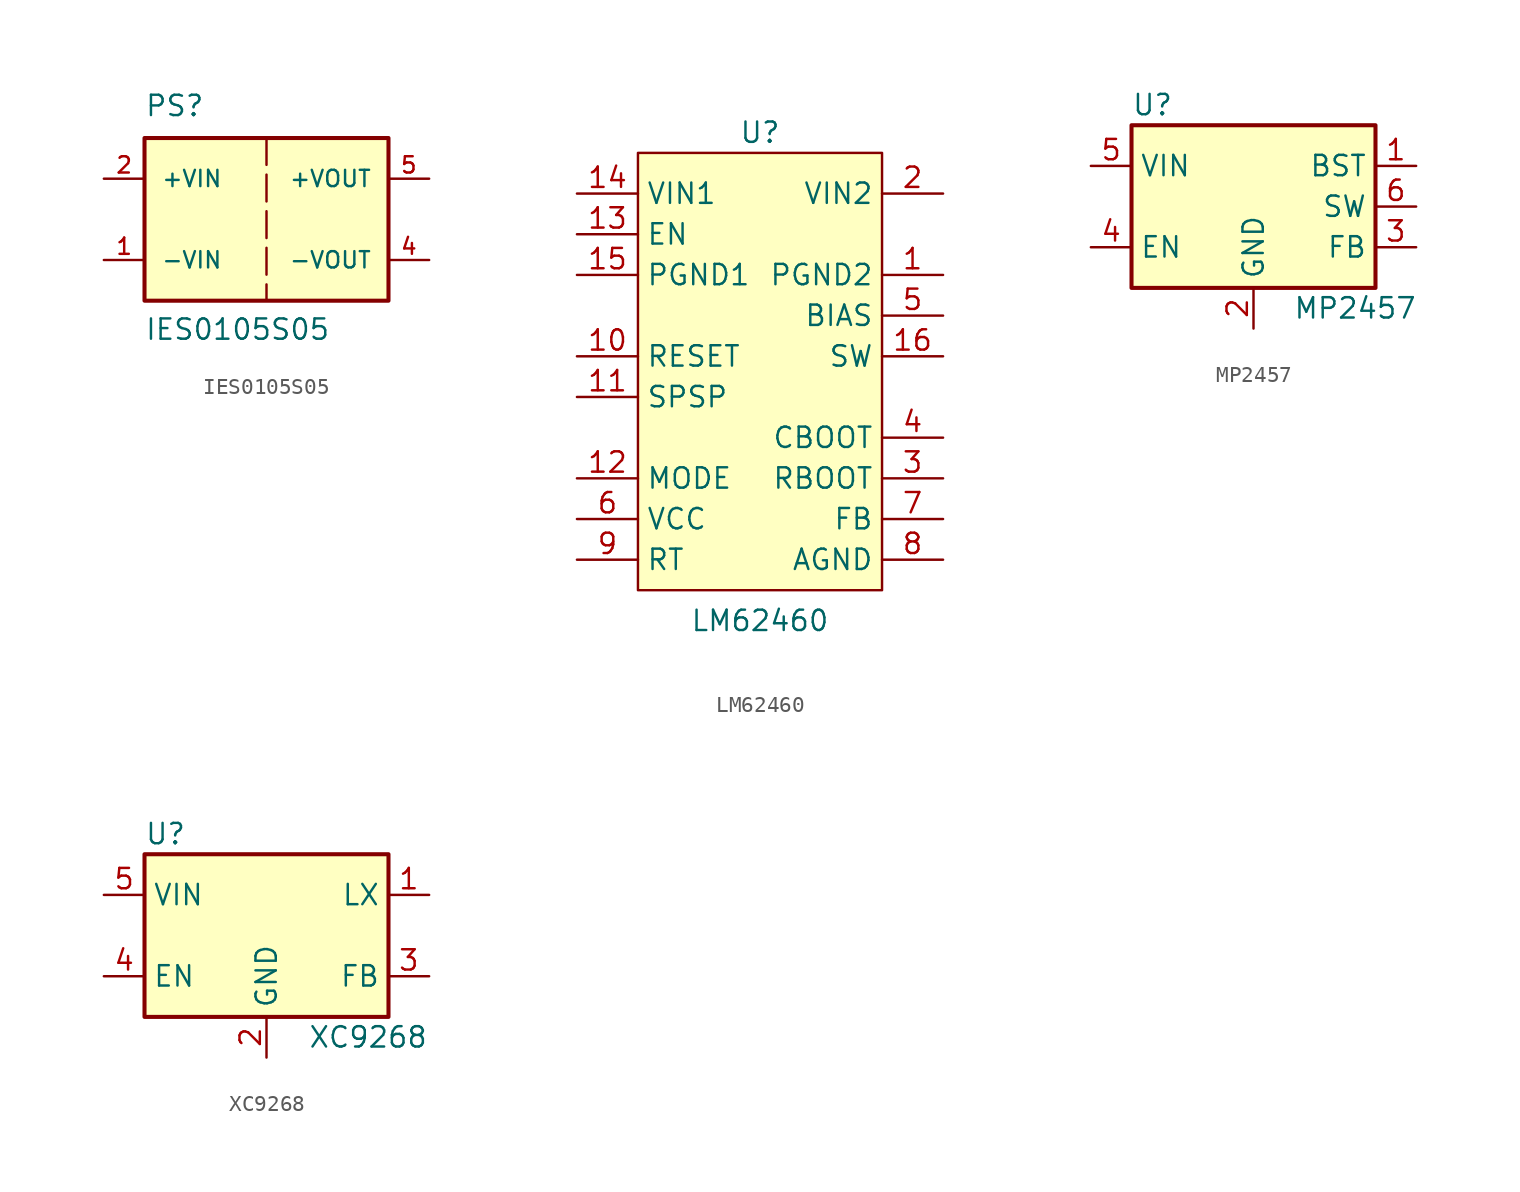
<source format=kicad_sym>
(kicad_symbol_lib
  (version 20220914)
  (generator kicad_symbol_editor)
  (symbol "IES0105S05"
    (pin_names
      (offset 1.016))
    (property "Reference" "PS"
      (at -7.62 6.35 0)
      (effects (font (size 1.27 1.27)) (justify left bottom)))
    (property "Value" "IES0105S05"
      (at -7.62 -7.62 0)
      (effects (font (size 1.27 1.27)) (justify left bottom)))
    (symbol "IES0105S05_0_0"
      (rectangle (start -7.62 5.08) (end 7.62 -5.08) (stroke (width 0.254) (type default)) (fill (type background))))
    (symbol "IES0105S05_1_0"
      (pin input line (at -10.16 -2.54 0) (length 2.54) (name "-VIN" (effects (font (size 1.016 1.016)))) (number "1" (effects (font (size 1.016 1.016)))))
      (pin input line (at -10.16 2.54 0) (length 2.54) (name "+VIN" (effects (font (size 1.016 1.016)))) (number "2" (effects (font (size 1.016 1.016)))))
      (pin output line (at 10.16 -2.54 180) (length 2.54) (name "-VOUT" (effects (font (size 1.016 1.016)))) (number "4" (effects (font (size 1.016 1.016)))))
      (pin output line (at 10.16 2.54 180) (length 2.54) (name "+VOUT" (effects (font (size 1.016 1.016)))) (number "5" (effects (font (size 1.016 1.016))))))
    (symbol "IES0105S05_1_1"
      (polyline (pts (xy 0 5.08) (xy 0 -5.08)) (stroke (width 0) (type dash)) (fill (type none)))))
  (symbol "LM62460"
    (property "Reference" "U"
      (at 0 13.97 0)
      (effects (font (size 1.27 1.27))))
    (property "Value" "LM62460"
      (at 0 -16.51 0)
      (effects (font (size 1.27 1.27))))
    (symbol "LM62460_1_1"
      (rectangle (start -7.62 12.7) (end 7.62 -14.605) (stroke (width 0) (type default)) (fill (type background)))
      (pin power_in line (at 11.43 5.08 180) (length 3.81) (name "PGND2" (effects (font (size 1.27 1.27)))) (number "1" (effects (font (size 1.27 1.27)))))
      (pin open_collector line (at -11.43 0 0) (length 3.81) (name "RESET" (effects (font (size 1.27 1.27)))) (number "10" (effects (font (size 1.27 1.27)))))
      (pin input line (at -11.43 -2.54 0) (length 3.81) (name "SPSP" (effects (font (size 1.27 1.27)))) (number "11" (effects (font (size 1.27 1.27)))))
      (pin input line (at -11.43 -7.62 0) (length 3.81) (name "MODE" (effects (font (size 1.27 1.27)))) (number "12" (effects (font (size 1.27 1.27)))))
      (pin input line (at -11.43 7.62 0) (length 3.81) (name "EN" (effects (font (size 1.27 1.27)))) (number "13" (effects (font (size 1.27 1.27)))))
      (pin power_in line (at -11.43 10.16 0) (length 3.81) (name "VIN1" (effects (font (size 1.27 1.27)))) (number "14" (effects (font (size 1.27 1.27)))))
      (pin power_in line (at -11.43 5.08 0) (length 3.81) (name "PGND1" (effects (font (size 1.27 1.27)))) (number "15" (effects (font (size 1.27 1.27)))))
      (pin output line (at 11.43 0 180) (length 3.81) (name "SW" (effects (font (size 1.27 1.27)))) (number "16" (effects (font (size 1.27 1.27)))))
      (pin power_in line (at 11.43 10.16 180) (length 3.81) (name "VIN2" (effects (font (size 1.27 1.27)))) (number "2" (effects (font (size 1.27 1.27)))))
      (pin input line (at 11.43 -7.62 180) (length 3.81) (name "RBOOT" (effects (font (size 1.27 1.27)))) (number "3" (effects (font (size 1.27 1.27)))))
      (pin input line (at 11.43 -5.08 180) (length 3.81) (name "CBOOT" (effects (font (size 1.27 1.27)))) (number "4" (effects (font (size 1.27 1.27)))))
      (pin input line (at 11.43 2.54 180) (length 3.81) (name "BIAS" (effects (font (size 1.27 1.27)))) (number "5" (effects (font (size 1.27 1.27)))))
      (pin output line (at -11.43 -10.16 0) (length 3.81) (name "VCC" (effects (font (size 1.27 1.27)))) (number "6" (effects (font (size 1.27 1.27)))))
      (pin input line (at 11.43 -10.16 180) (length 3.81) (name "FB" (effects (font (size 1.27 1.27)))) (number "7" (effects (font (size 1.27 1.27)))))
      (pin power_in line (at 11.43 -12.7 180) (length 3.81) (name "AGND" (effects (font (size 1.27 1.27)))) (number "8" (effects (font (size 1.27 1.27)))))
      (pin bidirectional line (at -11.43 -12.7 0) (length 3.81) (name "RT" (effects (font (size 1.27 1.27)))) (number "9" (effects (font (size 1.27 1.27)))))))
  (symbol "MP2457"
    (property "Reference" "U"
      (at -7.62 6.35 0)
      (effects (font (size 1.27 1.27)) (justify left)))
    (property "Value" "MP2457"
      (at 6.35 -6.35 0)
      (effects (font (size 1.27 1.27))))
    (symbol "MP2457_0_1"
      (rectangle (start -7.62 5.08) (end 7.62 -5.08) (stroke (width 0.254) (type default)) (fill (type background))))
    (symbol "MP2457_1_1"
      (pin passive line (at 10.16 2.54 180) (length 2.54) (name "BST" (effects (font (size 1.27 1.27)))) (number "1" (effects (font (size 1.27 1.27)))))
      (pin power_in line (at 0 -7.62 90) (length 2.54) (name "GND" (effects (font (size 1.27 1.27)))) (number "2" (effects (font (size 1.27 1.27)))))
      (pin input line (at 10.16 -2.54 180) (length 2.54) (name "FB" (effects (font (size 1.27 1.27)))) (number "3" (effects (font (size 1.27 1.27)))))
      (pin input line (at -10.16 -2.54 0) (length 2.54) (name "EN" (effects (font (size 1.27 1.27)))) (number "4" (effects (font (size 1.27 1.27)))))
      (pin power_in line (at -10.16 2.54 0) (length 2.54) (name "VIN" (effects (font (size 1.27 1.27)))) (number "5" (effects (font (size 1.27 1.27)))))
      (pin output line (at 10.16 0 180) (length 2.54) (name "SW" (effects (font (size 1.27 1.27)))) (number "6" (effects (font (size 1.27 1.27)))))))
  (symbol "XC9268"
    (property "Reference" "U"
      (at -7.62 6.35 0)
      (effects (font (size 1.27 1.27)) (justify left)))
    (property "Value" "XC9268"
      (at 6.35 -6.35 0)
      (effects (font (size 1.27 1.27))))
    (symbol "XC9268_0_1"
      (rectangle (start -7.62 5.08) (end 7.62 -5.08) (stroke (width 0.254) (type default)) (fill (type background))))
    (symbol "XC9268_1_1"
      (pin output line (at 10.16 2.54 180) (length 2.54) (name "LX" (effects (font (size 1.27 1.27)))) (number "1" (effects (font (size 1.27 1.27)))))
      (pin power_in line (at 0 -7.62 90) (length 2.54) (name "GND" (effects (font (size 1.27 1.27)))) (number "2" (effects (font (size 1.27 1.27)))))
      (pin input line (at 10.16 -2.54 180) (length 2.54) (name "FB" (effects (font (size 1.27 1.27)))) (number "3" (effects (font (size 1.27 1.27)))))
      (pin input line (at -10.16 -2.54 0) (length 2.54) (name "EN" (effects (font (size 1.27 1.27)))) (number "4" (effects (font (size 1.27 1.27)))))
      (pin power_in line (at -10.16 2.54 0) (length 2.54) (name "VIN" (effects (font (size 1.27 1.27)))) (number "5" (effects (font (size 1.27 1.27))))))))
</source>
